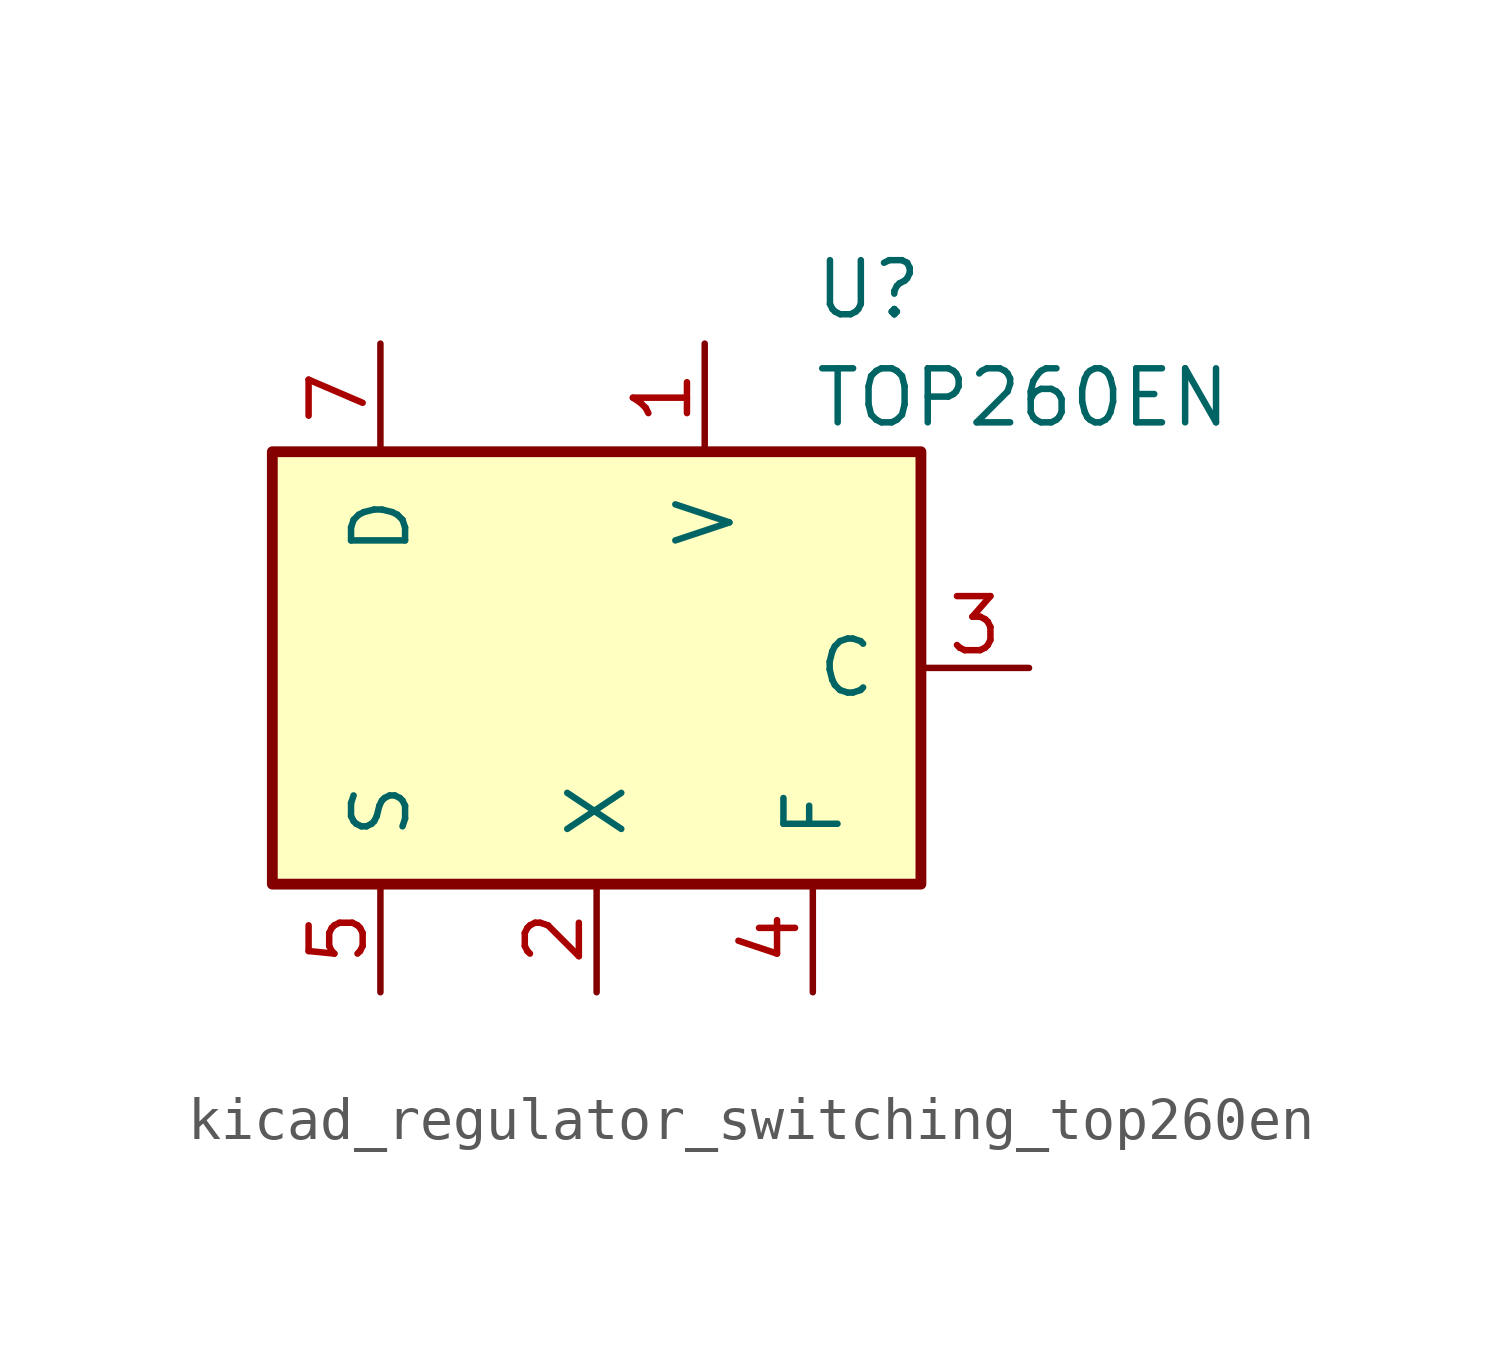
<source format=kicad_sym>
(kicad_symbol_lib
  (version 20220914)
  (generator kicad_symbol_editor)
  (symbol "kicad_regulator_switching_top260en"
    (pin_names
      (offset 1.016))
    (property "Reference" "U"
      (at 5.08 8.89 0)
      (effects (font (size 1.27 1.27)) (justify left)))
    (property "Value" "TOP260EN"
      (at 5.08 6.35 0)
      (effects (font (size 1.27 1.27)) (justify left)))
    (symbol "kicad_regulator_switching_top260en_0_1"
      (rectangle (start -7.62 5.08) (end 7.62 -5.08) (stroke (width 0.254) (type default)) (fill (type background))))
    (symbol "kicad_regulator_switching_top260en_1_1"
      (pin input line (at 2.54 7.62 270) (length 2.54) (name "V" (effects (font (size 1.27 1.27)))) (number "1" (effects (font (size 1.27 1.27)))))
      (pin input line (at 0 -7.62 90) (length 2.54) (name "X" (effects (font (size 1.27 1.27)))) (number "2" (effects (font (size 1.27 1.27)))))
      (pin input line (at 10.16 0 180) (length 2.54) (name "C" (effects (font (size 1.27 1.27)))) (number "3" (effects (font (size 1.27 1.27)))))
      (pin passive line (at 5.08 -7.62 90) (length 2.54) (name "F" (effects (font (size 1.27 1.27)))) (number "4" (effects (font (size 1.27 1.27)))))
      (pin power_in line (at -5.08 -7.62 90) (length 2.54) (name "S" (effects (font (size 1.27 1.27)))) (number "5" (effects (font (size 1.27 1.27)))))
      (pin open_collector line (at -5.08 7.62 270) (length 2.54) (name "D" (effects (font (size 1.27 1.27)))) (number "7" (effects (font (size 1.27 1.27))))))))
</source>
